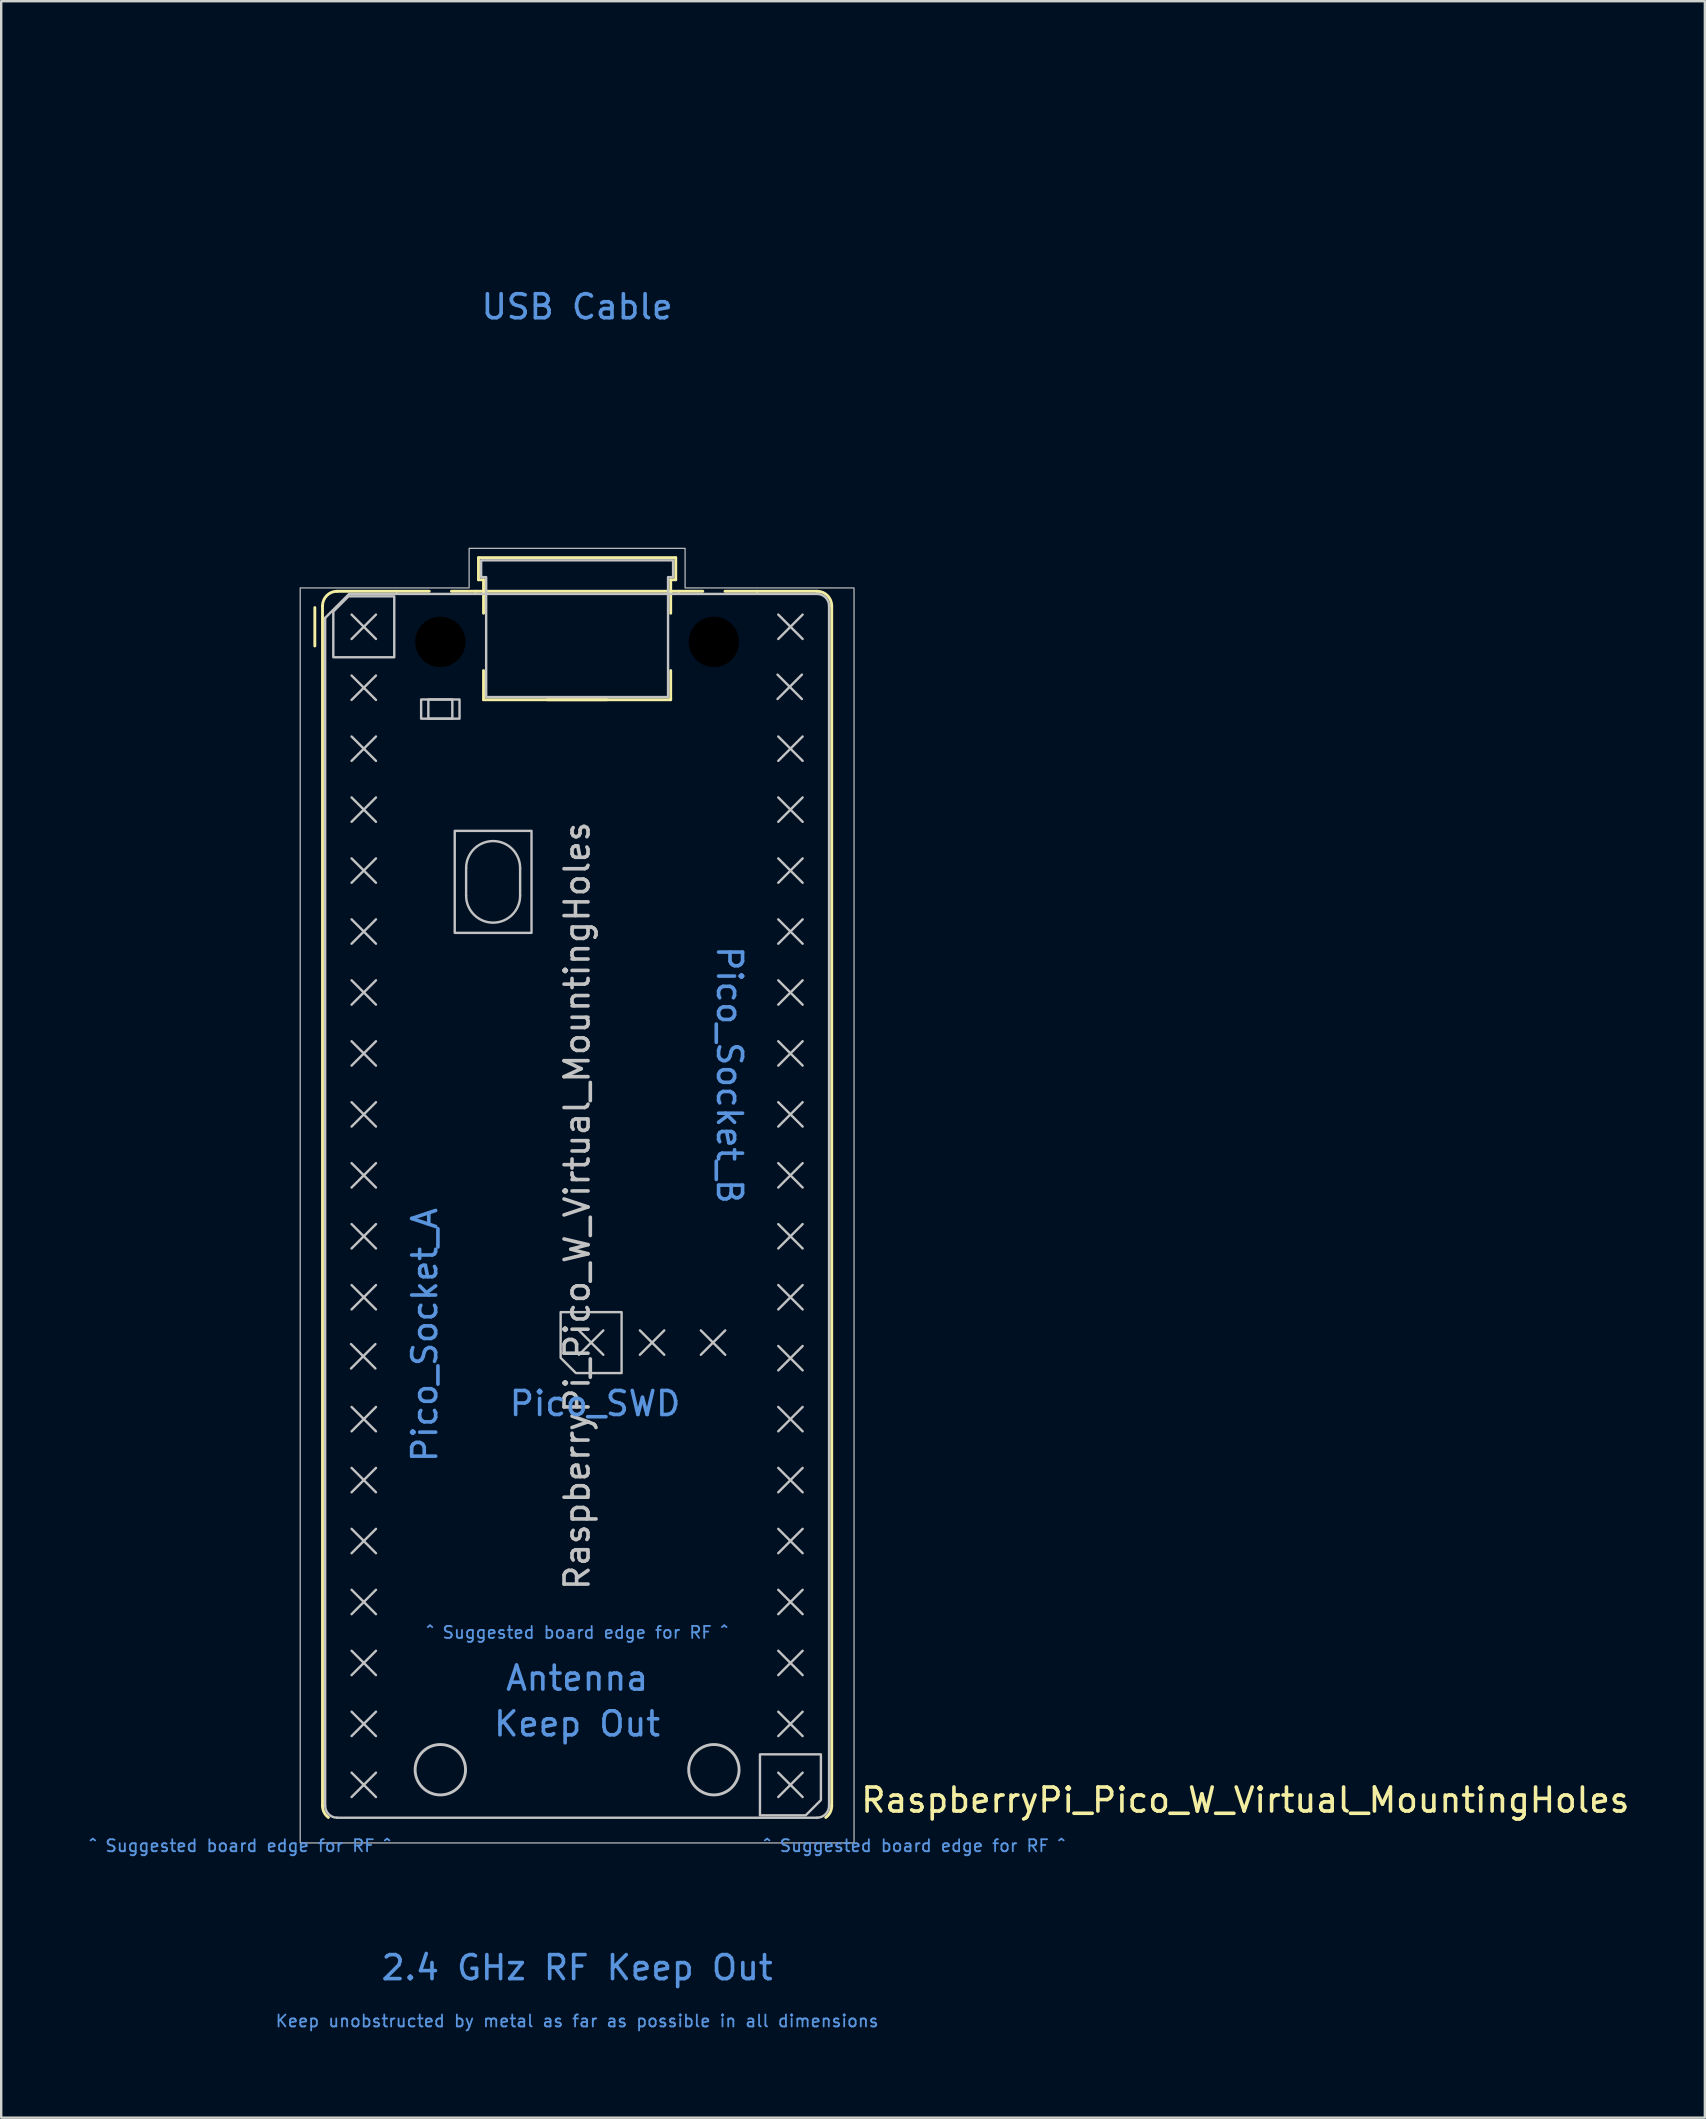
<source format=kicad_pcb>
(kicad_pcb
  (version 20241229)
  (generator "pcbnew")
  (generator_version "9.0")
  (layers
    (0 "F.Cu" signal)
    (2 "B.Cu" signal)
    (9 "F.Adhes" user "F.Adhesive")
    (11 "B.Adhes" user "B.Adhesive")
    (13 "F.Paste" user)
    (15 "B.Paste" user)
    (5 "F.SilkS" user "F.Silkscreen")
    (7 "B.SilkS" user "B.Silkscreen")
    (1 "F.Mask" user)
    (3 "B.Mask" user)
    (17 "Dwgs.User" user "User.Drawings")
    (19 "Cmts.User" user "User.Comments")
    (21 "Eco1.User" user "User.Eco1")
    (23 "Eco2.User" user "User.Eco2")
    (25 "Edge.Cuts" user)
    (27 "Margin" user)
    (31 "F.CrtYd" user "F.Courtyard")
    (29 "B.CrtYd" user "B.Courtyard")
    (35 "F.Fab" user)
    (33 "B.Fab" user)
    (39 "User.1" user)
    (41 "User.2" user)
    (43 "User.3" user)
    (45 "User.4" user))
  (footprint "RaspberryPi_Pico_W_Virtual_MountingHoles"
    (layer "F.Cu")
    (at 21 47.2)
    (property "Reference" "RaspberryPi_Pico_W_Virtual_MountingHoles" (at 11.748 24.765 0) (unlocked yes) (layer "F.SilkS") (effects (font (size 1 1) (thickness 0.15)) (justify left)))
    (attr exclude_from_pos_files allow_missing_courtyard)
    (fp_line (start -10.93 -23.33) (end -10.93 -24.93) (stroke (width 0.12) (type solid)) (layer "F.SilkS"))
    (fp_line (start -10.61 -25) (end -10.61 25) (stroke (width 0.12) (type solid)) (layer "F.SilkS"))
    (fp_line (start -10 -25.61) (end -7.51 -25.61) (stroke (width 0.12) (type solid)) (layer "F.SilkS"))
    (fp_line (start -7.51 -25.61) (end -6.162 -25.61) (stroke (width 0.12) (type solid)) (layer "F.SilkS"))
    (fp_line (start -5.238 -25.61) (end -4.235 -25.61) (stroke (width 0.12) (type solid)) (layer "F.SilkS"))
    (fp_line (start -4.235 -25.61) (end 4.235 -25.61) (stroke (width 0.12) (type solid)) (layer "F.SilkS"))
    (fp_line (start -4.11 -27.01) (end -4.11 -26.09) (stroke (width 0.12) (type solid)) (layer "F.SilkS"))
    (fp_line (start -4.11 -27.01) (end 4.11 -27.01) (stroke (width 0.12) (type solid)) (layer "F.SilkS"))
    (fp_line (start -4.11 -26.09) (end -3.9 -26.09) (stroke (width 0.12) (type solid)) (layer "F.SilkS"))
    (fp_line (start -3.9 -26.09) (end -3.9 -24.694) (stroke (width 0.12) (type solid)) (layer "F.SilkS"))
    (fp_line (start -3.9 -22.306) (end -3.9 -21.09) (stroke (width 0.12) (type solid)) (layer "F.SilkS"))
    (fp_line (start -1.246 -21.09) (end 1.246 -21.09) (stroke (width 0.12) (type solid)) (layer "F.SilkS"))
    (fp_line (start 3.9 -26.09) (end 3.9 -24.694) (stroke (width 0.12) (type solid)) (layer "F.SilkS"))
    (fp_line (start 3.9 -22.306) (end 3.9 -21.09) (stroke (width 0.12) (type solid)) (layer "F.SilkS"))
    (fp_line (start 3.9 -21.09) (end -3.9 -21.09) (stroke (width 0.12) (type solid)) (layer "F.SilkS"))
    (fp_line (start 4.11 -27.01) (end 4.11 -26.09) (stroke (width 0.12) (type solid)) (layer "F.SilkS"))
    (fp_line (start 4.11 -26.09) (end 3.9 -26.09) (stroke (width 0.12) (type solid)) (layer "F.SilkS"))
    (fp_line (start 4.235 -25.61) (end 5.238 -25.61) (stroke (width 0.12) (type solid)) (layer "F.SilkS"))
    (fp_line (start 6.162 -25.61) (end 7.51 -25.61) (stroke (width 0.12) (type solid)) (layer "F.SilkS"))
    (fp_line (start 7.51 -25.61) (end 10 -25.61) (stroke (width 0.12) (type solid)) (layer "F.SilkS"))
    (fp_line (start 10.61 -25) (end 10.61 25) (stroke (width 0.12) (type solid)) (layer "F.SilkS"))
    (fp_arc (start -10.61 -25) (mid -10.431335 -25.431335) (end -10 -25.61) (stroke (width 0.12) (type solid)) (layer "F.SilkS"))
    (fp_arc (start -10.363318 25.49) (mid -10.54485 25.274295) (end -10.61 25) (stroke (width 0.12) (type solid)) (layer "F.SilkS"))
    (fp_arc (start 10 -25.61) (mid 10.431335 -25.431335) (end 10.61 -25) (stroke (width 0.12) (type solid)) (layer "F.SilkS"))
    (fp_arc (start 10.61 25) (mid 10.544921 25.274336) (end 10.363342 25.490031) (stroke (width 0.12) (type solid)) (layer "F.SilkS"))
    (fp_line (start -10.5 -24.5) (end -9.5 -25.5) (stroke (width 0.1) (type solid)) (layer "Dwgs.User"))
    (fp_line (start -10.5 25) (end -10.5 -24.5) (stroke (width 0.1) (type solid)) (layer "Dwgs.User"))
    (fp_line (start -9.5 -25.5) (end 10 -25.5) (stroke (width 0.1) (type solid)) (layer "Dwgs.User"))
    (fp_line (start -9.422 5.763) (end -8.406 6.779) (stroke (width 0.1) (type solid)) (layer "Dwgs.User"))
    (fp_line (start -9.398 -24.638) (end -8.382 -23.622) (stroke (width 0.1) (type solid)) (layer "Dwgs.User"))
    (fp_line (start -9.398 -22.098) (end -8.382 -21.082) (stroke (width 0.1) (type solid)) (layer "Dwgs.User"))
    (fp_line (start -9.398 -19.558) (end -8.382 -18.542) (stroke (width 0.1) (type solid)) (layer "Dwgs.User"))
    (fp_line (start -9.398 -17.018) (end -8.382 -16.002) (stroke (width 0.1) (type solid)) (layer "Dwgs.User"))
    (fp_line (start -9.398 -14.478) (end -8.382 -13.462) (stroke (width 0.1) (type solid)) (layer "Dwgs.User"))
    (fp_line (start -9.398 -11.938) (end -8.382 -10.922) (stroke (width 0.1) (type solid)) (layer "Dwgs.User"))
    (fp_line (start -9.398 -9.398) (end -8.382 -8.382) (stroke (width 0.1) (type solid)) (layer "Dwgs.User"))
    (fp_line (start -9.398 -6.858) (end -8.382 -5.842) (stroke (width 0.1) (type solid)) (layer "Dwgs.User"))
    (fp_line (start -9.398 -4.318) (end -8.382 -3.302) (stroke (width 0.1) (type solid)) (layer "Dwgs.User"))
    (fp_line (start -9.398 -1.778) (end -8.382 -0.762) (stroke (width 0.1) (type solid)) (layer "Dwgs.User"))
    (fp_line (start -9.398 0.762) (end -8.382 1.778) (stroke (width 0.1) (type solid)) (layer "Dwgs.User"))
    (fp_line (start -9.398 3.302) (end -8.382 4.318) (stroke (width 0.1) (type solid)) (layer "Dwgs.User"))
    (fp_line (start -9.398 8.382) (end -8.382 9.398) (stroke (width 0.1) (type solid)) (layer "Dwgs.User"))
    (fp_line (start -9.398 10.922) (end -8.382 11.938) (stroke (width 0.1) (type solid)) (layer "Dwgs.User"))
    (fp_line (start -9.398 13.462) (end -8.382 14.478) (stroke (width 0.1) (type solid)) (layer "Dwgs.User"))
    (fp_line (start -9.398 16.002) (end -8.382 17.018) (stroke (width 0.1) (type solid)) (layer "Dwgs.User"))
    (fp_line (start -9.398 18.542) (end -8.382 19.558) (stroke (width 0.1) (type solid)) (layer "Dwgs.User"))
    (fp_line (start -9.398 21.082) (end -8.382 22.098) (stroke (width 0.1) (type solid)) (layer "Dwgs.User"))
    (fp_line (start -9.398 23.622) (end -8.382 24.638) (stroke (width 0.1) (type solid)) (layer "Dwgs.User"))
    (fp_line (start -8.406 5.763) (end -9.422 6.779) (stroke (width 0.1) (type solid)) (layer "Dwgs.User"))
    (fp_line (start -8.382 -24.638) (end -9.398 -23.622) (stroke (width 0.1) (type solid)) (layer "Dwgs.User"))
    (fp_line (start -8.382 -22.098) (end -9.398 -21.082) (stroke (width 0.1) (type solid)) (layer "Dwgs.User"))
    (fp_line (start -8.382 -19.558) (end -9.398 -18.542) (stroke (width 0.1) (type solid)) (layer "Dwgs.User"))
    (fp_line (start -8.382 -17.018) (end -9.398 -16.002) (stroke (width 0.1) (type solid)) (layer "Dwgs.User"))
    (fp_line (start -8.382 -14.478) (end -9.398 -13.462) (stroke (width 0.1) (type solid)) (layer "Dwgs.User"))
    (fp_line (start -8.382 -11.938) (end -9.398 -10.922) (stroke (width 0.1) (type solid)) (layer "Dwgs.User"))
    (fp_line (start -8.382 -9.398) (end -9.398 -8.382) (stroke (width 0.1) (type solid)) (layer "Dwgs.User"))
    (fp_line (start -8.382 -6.858) (end -9.398 -5.842) (stroke (width 0.1) (type solid)) (layer "Dwgs.User"))
    (fp_line (start -8.382 -4.318) (end -9.398 -3.302) (stroke (width 0.1) (type solid)) (layer "Dwgs.User"))
    (fp_line (start -8.382 -1.778) (end -9.398 -0.762) (stroke (width 0.1) (type solid)) (layer "Dwgs.User"))
    (fp_line (start -8.382 0.762) (end -9.398 1.778) (stroke (width 0.1) (type solid)) (layer "Dwgs.User"))
    (fp_line (start -8.382 3.302) (end -9.398 4.318) (stroke (width 0.1) (type solid)) (layer "Dwgs.User"))
    (fp_line (start -8.382 8.382) (end -9.398 9.398) (stroke (width 0.1) (type solid)) (layer "Dwgs.User"))
    (fp_line (start -8.382 10.922) (end -9.398 11.938) (stroke (width 0.1) (type solid)) (layer "Dwgs.User"))
    (fp_line (start -8.382 13.462) (end -9.398 14.478) (stroke (width 0.1) (type solid)) (layer "Dwgs.User"))
    (fp_line (start -8.382 16.002) (end -9.398 17.018) (stroke (width 0.1) (type solid)) (layer "Dwgs.User"))
    (fp_line (start -8.382 18.542) (end -9.398 19.558) (stroke (width 0.1) (type solid)) (layer "Dwgs.User"))
    (fp_line (start -8.382 21.082) (end -9.398 22.098) (stroke (width 0.1) (type solid)) (layer "Dwgs.User"))
    (fp_line (start -8.382 23.622) (end -9.398 24.638) (stroke (width 0.1) (type solid)) (layer "Dwgs.User"))
    (fp_line (start -4.625 -14.075) (end -4.625 -12.925) (stroke (width 0.1) (type solid)) (layer "Dwgs.User"))
    (fp_line (start -2.375 -14.075) (end -2.375 -12.925) (stroke (width 0.1) (type solid)) (layer "Dwgs.User"))
    (fp_line (start 0.076 5.192) (end 1.092 6.208) (stroke (width 0.1) (type solid)) (layer "Dwgs.User"))
    (fp_line (start 1.092 5.192) (end 0.076 6.208) (stroke (width 0.1) (type solid)) (layer "Dwgs.User"))
    (fp_line (start 2.616 5.192) (end 3.632 6.208) (stroke (width 0.1) (type solid)) (layer "Dwgs.User"))
    (fp_line (start 3.632 5.192) (end 2.616 6.208) (stroke (width 0.1) (type solid)) (layer "Dwgs.User"))
    (fp_line (start 5.156 5.192) (end 6.172 6.208) (stroke (width 0.1) (type solid)) (layer "Dwgs.User"))
    (fp_line (start 6.172 5.192) (end 5.156 6.208) (stroke (width 0.1) (type solid)) (layer "Dwgs.User"))
    (fp_line (start 8.352 -22.136) (end 9.368 -21.12) (stroke (width 0.1) (type solid)) (layer "Dwgs.User"))
    (fp_line (start 8.382 -24.638) (end 9.398 -23.622) (stroke (width 0.1) (type solid)) (layer "Dwgs.User"))
    (fp_line (start 8.382 -19.558) (end 9.398 -18.542) (stroke (width 0.1) (type solid)) (layer "Dwgs.User"))
    (fp_line (start 8.382 -17.018) (end 9.398 -16.002) (stroke (width 0.1) (type solid)) (layer "Dwgs.User"))
    (fp_line (start 8.382 -14.478) (end 9.398 -13.462) (stroke (width 0.1) (type solid)) (layer "Dwgs.User"))
    (fp_line (start 8.382 -11.938) (end 9.398 -10.922) (stroke (width 0.1) (type solid)) (layer "Dwgs.User"))
    (fp_line (start 8.382 -9.398) (end 9.398 -8.382) (stroke (width 0.1) (type solid)) (layer "Dwgs.User"))
    (fp_line (start 8.382 -6.858) (end 9.398 -5.842) (stroke (width 0.1) (type solid)) (layer "Dwgs.User"))
    (fp_line (start 8.382 -4.318) (end 9.398 -3.302) (stroke (width 0.1) (type solid)) (layer "Dwgs.User"))
    (fp_line (start 8.382 -1.778) (end 9.398 -0.762) (stroke (width 0.1) (type solid)) (layer "Dwgs.User"))
    (fp_line (start 8.382 0.762) (end 9.398 1.778) (stroke (width 0.1) (type solid)) (layer "Dwgs.User"))
    (fp_line (start 8.382 3.302) (end 9.398 4.318) (stroke (width 0.1) (type solid)) (layer "Dwgs.User"))
    (fp_line (start 8.382 5.842) (end 9.398 6.858) (stroke (width 0.1) (type solid)) (layer "Dwgs.User"))
    (fp_line (start 8.382 8.382) (end 9.398 9.398) (stroke (width 0.1) (type solid)) (layer "Dwgs.User"))
    (fp_line (start 8.382 10.922) (end 9.398 11.938) (stroke (width 0.1) (type solid)) (layer "Dwgs.User"))
    (fp_line (start 8.382 13.462) (end 9.398 14.478) (stroke (width 0.1) (type solid)) (layer "Dwgs.User"))
    (fp_line (start 8.382 16.002) (end 9.398 17.018) (stroke (width 0.1) (type solid)) (layer "Dwgs.User"))
    (fp_line (start 8.382 18.542) (end 9.398 19.558) (stroke (width 0.1) (type solid)) (layer "Dwgs.User"))
    (fp_line (start 8.382 21.082) (end 9.398 22.098) (stroke (width 0.1) (type solid)) (layer "Dwgs.User"))
    (fp_line (start 8.382 23.622) (end 9.398 24.638) (stroke (width 0.1) (type solid)) (layer "Dwgs.User"))
    (fp_line (start 9.368 -22.136) (end 8.352 -21.12) (stroke (width 0.1) (type solid)) (layer "Dwgs.User"))
    (fp_line (start 9.398 -24.638) (end 8.382 -23.622) (stroke (width 0.1) (type solid)) (layer "Dwgs.User"))
    (fp_line (start 9.398 -19.558) (end 8.382 -18.542) (stroke (width 0.1) (type solid)) (layer "Dwgs.User"))
    (fp_line (start 9.398 -17.018) (end 8.382 -16.002) (stroke (width 0.1) (type solid)) (layer "Dwgs.User"))
    (fp_line (start 9.398 -14.478) (end 8.382 -13.462) (stroke (width 0.1) (type solid)) (layer "Dwgs.User"))
    (fp_line (start 9.398 -11.938) (end 8.382 -10.922) (stroke (width 0.1) (type solid)) (layer "Dwgs.User"))
    (fp_line (start 9.398 -9.398) (end 8.382 -8.382) (stroke (width 0.1) (type solid)) (layer "Dwgs.User"))
    (fp_line (start 9.398 -6.858) (end 8.382 -5.842) (stroke (width 0.1) (type solid)) (layer "Dwgs.User"))
    (fp_line (start 9.398 -4.318) (end 8.382 -3.302) (stroke (width 0.1) (type solid)) (layer "Dwgs.User"))
    (fp_line (start 9.398 -1.778) (end 8.382 -0.762) (stroke (width 0.1) (type solid)) (layer "Dwgs.User"))
    (fp_line (start 9.398 0.762) (end 8.382 1.778) (stroke (width 0.1) (type solid)) (layer "Dwgs.User"))
    (fp_line (start 9.398 3.302) (end 8.382 4.318) (stroke (width 0.1) (type solid)) (layer "Dwgs.User"))
    (fp_line (start 9.398 5.842) (end 8.382 6.858) (stroke (width 0.1) (type solid)) (layer "Dwgs.User"))
    (fp_line (start 9.398 8.382) (end 8.382 9.398) (stroke (width 0.1) (type solid)) (layer "Dwgs.User"))
    (fp_line (start 9.398 10.922) (end 8.382 11.938) (stroke (width 0.1) (type solid)) (layer "Dwgs.User"))
    (fp_line (start 9.398 13.462) (end 8.382 14.478) (stroke (width 0.1) (type solid)) (layer "Dwgs.User"))
    (fp_line (start 9.398 16.002) (end 8.382 17.018) (stroke (width 0.1) (type solid)) (layer "Dwgs.User"))
    (fp_line (start 9.398 18.542) (end 8.382 19.558) (stroke (width 0.1) (type solid)) (layer "Dwgs.User"))
    (fp_line (start 9.398 21.082) (end 8.382 22.098) (stroke (width 0.1) (type solid)) (layer "Dwgs.User"))
    (fp_line (start 9.398 23.622) (end 8.382 24.638) (stroke (width 0.1) (type solid)) (layer "Dwgs.User"))
    (fp_line (start 10 25.5) (end -10 25.5) (stroke (width 0.1) (type solid)) (layer "Dwgs.User"))
    (fp_line (start 10.5 -25) (end 10.5 25) (stroke (width 0.1) (type solid)) (layer "Dwgs.User"))
    (fp_rect (start -6.5 -21.1) (end -4.9 -20.3) (stroke (width 0.1) (type solid)) (fill no) (layer "Dwgs.User"))
    (fp_rect (start -6.2 -21.1) (end -5.2 -20.3) (stroke (width 0.1) (type solid)) (fill no) (layer "Dwgs.User"))
    (fp_rect (start -5.1 -15.625) (end -1.9 -11.375) (stroke (width 0.1) (type solid)) (fill no) (layer "Dwgs.User"))
    (fp_arc (start -10 25.5) (mid -10.353553 25.353553) (end -10.5 25) (stroke (width 0.1) (type solid)) (layer "Dwgs.User"))
    (fp_arc (start -4.625 -14.075) (mid -3.5 -15.2) (end -2.375 -14.075) (stroke (width 0.1) (type solid)) (layer "Dwgs.User"))
    (fp_arc (start -2.375 -12.925) (mid -3.5 -11.8) (end -4.625 -12.925) (stroke (width 0.1) (type solid)) (layer "Dwgs.User"))
    (fp_arc (start 10 -25.5) (mid 10.353553 -25.353553) (end 10.5 -25) (stroke (width 0.1) (type solid)) (layer "Dwgs.User"))
    (fp_arc (start 10.5 25) (mid 10.353553 25.353553) (end 10 25.5) (stroke (width 0.1) (type solid)) (layer "Dwgs.User"))
    (fp_circle (center -5.7 23.5) (end -4.65 23.5) (stroke (width 0.12) (type solid)) (fill no) (layer "Dwgs.User"))
    (fp_circle (center 5.7 23.5) (end 6.75 23.5) (stroke (width 0.12) (type solid)) (fill no) (layer "Dwgs.User"))
    (fp_poly (pts (xy -10.16 -24.765) (xy -10.16 -22.86) (xy -7.62 -22.86) (xy -7.62 -25.4) (xy -9.525 -25.4)) (stroke (width 0.1) (type solid)) (fill no) (layer "Dwgs.User"))
    (fp_poly (pts (xy -0.051 6.97) (xy 1.854 6.97) (xy 1.854 4.43) (xy -0.686 4.43) (xy -0.686 6.335)) (stroke (width 0.1) (type solid)) (fill no) (layer "Dwgs.User"))
    (fp_poly (pts (xy 10.16 24.765) (xy 10.16 22.86) (xy 7.62 22.86) (xy 7.62 25.4) (xy 9.525 25.4)) (stroke (width 0.1) (type solid)) (fill no) (layer "Dwgs.User"))
    (fp_poly (pts (xy -4.5 -27.4) (xy 4.5 -27.4) (xy 4.5 -25.75) (xy 11.54 -25.75) (xy 11.54 26.55) (xy -11.54 26.55) (xy -11.54 -25.75) (xy -4.5 -25.75)) (stroke (width 0.05) (type solid)) (fill no) (layer "Dwgs.User"))
    (fp_poly (pts (xy 3.79 -21.2) (xy 3.79 -26.2) (xy 4 -26.2) (xy 4 -26.9) (xy -4 -26.9) (xy -4 -26.2) (xy -3.79 -26.2) (xy -3.79 -21.2)) (stroke (width 0.1) (type solid)) (fill no) (layer "Dwgs.User"))
    (fp_text user "${REFERENCE}" (at 0 0 90) (layer "Dwgs.User") (effects (font (size 1 1) (thickness 0.15))))
    (fp_text user "Antenna" (at 0 19.685 0) (unlocked yes) (layer "Cmts.User") (effects (font (size 1 1) (thickness 0.15))))
    (fp_text user "Keep unobstructed by metal as far as possible in all dimensions" (at 0 33.972 0) (unlocked yes) (layer "Cmts.User") (effects (font (size 0.5 0.5) (thickness 0.075))))
    (fp_text user "^ Suggested board edge for RF ^" (at 14.05 26.67 0) (unlocked yes) (layer "Cmts.User") (effects (font (size 0.5 0.5) (thickness 0.075))))
    (fp_text user "Pico_SWD" (at 4.394 8.24 0) (unlocked yes) (layer "Cmts.User") (effects (font (size 1 1) (thickness 0.15)) (justify right)))
    (fp_text user "Pico_Socket_B" (at 6.35 0 270) (unlocked yes) (layer "Cmts.User") (effects (font (size 1 1) (thickness 0.15)) (justify right)))
    (fp_text user "^ Suggested board edge for RF ^" (at -14.05 26.67 0) (unlocked yes) (layer "Cmts.User") (effects (font (size 0.5 0.5) (thickness 0.075))))
    (fp_text user "^ Suggested board edge for RF ^" (at 0 17.78 0) (unlocked yes) (layer "Cmts.User") (effects (font (size 0.5 0.5) (thickness 0.075))))
    (fp_text user "Keep Out" (at 0 21.59 0) (unlocked yes) (layer "Cmts.User") (effects (font (size 1 1) (thickness 0.15))))
    (fp_text user "Pico_Socket_A" (at -6.35 0 90) (unlocked yes) (layer "Cmts.User") (effects (font (size 1 1) (thickness 0.15)) (justify right)))
    (fp_text user "2.4 GHz RF Keep Out" (at 0 31.75 0) (unlocked yes) (layer "Cmts.User") (effects (font (size 1 1) (thickness 0.15))))
    (fp_text user "USB Cable" (at 0 -37.465 0) (unlocked yes) (layer "Cmts.User") (effects (font (size 1 1) (thickness 0.15))))
    (pad "" np_thru_hole circle (at -5.7 -23.5) (size 3.8 3.8) (drill 2.1) (layers "*.Mask"))
    (pad "" np_thru_hole circle (at 5.7 -23.5) (size 3.8 3.8) (drill 2.1) (layers "*.Mask"))
    (zone (net_name "") (layers "F.Cu" "B.Cu" "F.Paste" "B.Paste") (name "RF Copper Keep Out") (hatch full 0.5) (connect_pads) (min_thickness 0.254) (filled_areas_thickness no) (keepout (tracks not_allowed) (vias not_allowed) (pads not_allowed) (copperpour not_allowed) (footprints allowed)) (placement (enabled no)) (fill) (polygon (pts (xy 0 72.2) (xy 42 72.2) (xy 42 82.2) (xy 0 82.2))))
    (zone (net_name "") (layers "F.Cu" "B.Cu" "F.Paste" "B.Paste") (name "Antenna Copper Keep Out") (hatch full 0.5) (connect_pads) (min_thickness 0.254) (filled_areas_thickness no) (keepout (tracks not_allowed) (vias not_allowed) (pads not_allowed) (copperpour not_allowed) (footprints not_allowed)) (placement (enabled no)) (fill) (polygon (pts (xy 18.6 72.19) (xy 13.9 68.54) (xy 13.9 64.2) (xy 28.1 64.2) (xy 28.1 68.54) (xy 23.4 72.19) (xy 23.4 72.2) (xy 18.6 72.2))))
    (zone (net_name "") (layer "Edge.Cuts") (name "Board Keep Out Suggestion RF") (hatch edge 0.5) (connect_pads) (min_thickness 0.254) (filled_areas_thickness no) (keepout (tracks allowed) (vias allowed) (pads allowed) (copperpour allowed) (footprints allowed)) (placement (enabled no)) (fill) (polygon (pts (xy 28.1 73.2) (xy 42 73.2) (xy 42 82.2) (xy 0 82.2) (xy 0 73.2) (xy 13.9 73.2) (xy 13.9 64.2) (xy 28.1 64.2))))
    (zone (net_name "") (layer "F.CrtYd") (name "USB Cable") (hatch edge 0.5) (connect_pads) (min_thickness 0.254) (filled_areas_thickness no) (keepout (tracks allowed) (vias allowed) (pads allowed) (copperpour allowed) (footprints allowed)) (placement (enabled no)) (fill) (polygon (pts (xy 15.25 19.5) (xy 17.06 19.5) (xy 17.06 19.8) (xy 24.94 19.8) (xy 24.94 19.5) (xy 26.75 19.5) (xy 26.75 0) (xy 15.25 0)))))
  (gr_rect
    (start -3 -3)
    (end 67.998 85.2)
    (stroke (width 0.1) (type default))
    (fill no)
    (layer "Edge.Cuts")))
</source>
